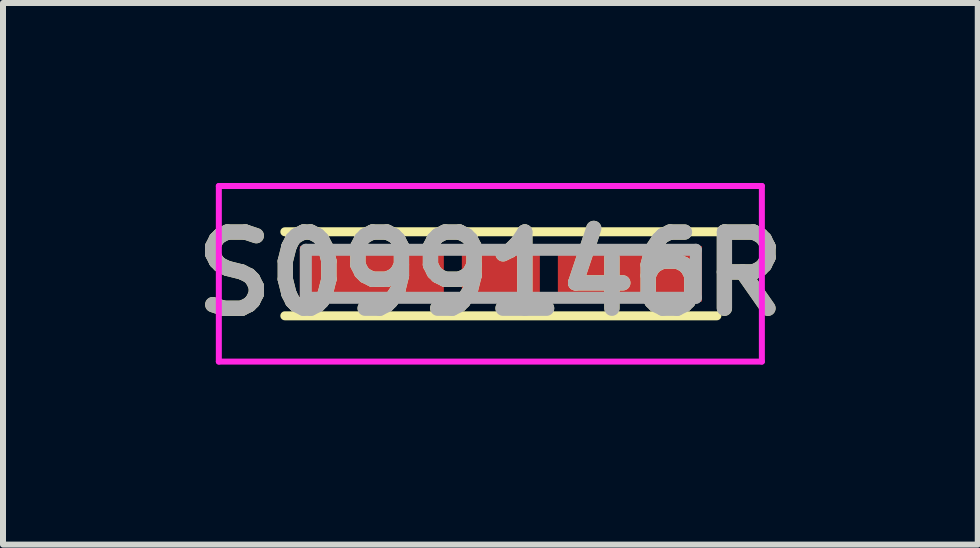
<source format=kicad_pcb>
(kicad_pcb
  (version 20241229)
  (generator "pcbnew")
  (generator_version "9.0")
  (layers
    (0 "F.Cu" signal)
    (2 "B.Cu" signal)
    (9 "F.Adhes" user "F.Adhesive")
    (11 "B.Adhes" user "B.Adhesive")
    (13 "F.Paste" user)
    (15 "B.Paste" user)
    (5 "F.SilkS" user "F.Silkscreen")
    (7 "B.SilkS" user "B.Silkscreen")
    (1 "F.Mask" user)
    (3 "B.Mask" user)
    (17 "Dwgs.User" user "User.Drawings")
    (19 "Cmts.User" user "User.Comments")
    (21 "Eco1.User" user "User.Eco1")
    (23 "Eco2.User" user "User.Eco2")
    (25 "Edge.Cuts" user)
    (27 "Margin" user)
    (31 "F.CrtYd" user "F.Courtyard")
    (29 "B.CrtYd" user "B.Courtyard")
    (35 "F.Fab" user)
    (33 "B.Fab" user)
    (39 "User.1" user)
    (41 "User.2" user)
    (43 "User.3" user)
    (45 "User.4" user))
  (footprint "S099146R"
    (layer "F.Cu")
    (at 5.297 1.513)
    (property "Reference" "S099146R" (at -0.175 0 0) (layer "F.SilkS") (effects (font (size 1.27 1.27) (thickness 0.254))))
    (attr smd)
    (fp_line (start -3.6 -0.7) (end 3.6 -0.7) (stroke (width 0.15) (type solid)) (layer "F.SilkS"))
    (fp_line (start 3.6 0.7) (end -3.6 0.7) (stroke (width 0.15) (type solid)) (layer "F.SilkS"))
    (fp_line (start -4.7 -1.463) (end 4.35 -1.463) (stroke (width 0.1) (type solid)) (layer "F.CrtYd"))
    (fp_line (start -4.7 1.463) (end -4.7 -1.463) (stroke (width 0.1) (type solid)) (layer "F.CrtYd"))
    (fp_line (start 4.35 -1.463) (end 4.35 1.463) (stroke (width 0.1) (type solid)) (layer "F.CrtYd"))
    (fp_line (start 4.35 1.463) (end -4.7 1.463) (stroke (width 0.1) (type solid)) (layer "F.CrtYd"))
    (fp_line (start -3.25 -0.4) (end 3.25 -0.4) (stroke (width 0.2) (type solid)) (layer "F.Fab"))
    (fp_line (start -3.25 0.4) (end -3.25 -0.4) (stroke (width 0.2) (type solid)) (layer "F.Fab"))
    (fp_line (start 3.25 -0.4) (end 3.25 0.4) (stroke (width 0.2) (type solid)) (layer "F.Fab"))
    (fp_line (start 3.25 0.4) (end -3.25 0.4) (stroke (width 0.2) (type solid)) (layer "F.Fab"))
    (fp_text user "${REFERENCE}" (at -0.175 0 0) (layer "F.Fab") (effects (font (size 1.27 1.27) (thickness 0.254))))
    (pad "1" smd rect (at -2.15 0 90) (size 0.925 2.4) (layers "F.Cu" "F.Mask" "F.Paste"))
    (pad "2" smd rect (at 0 0 90) (size 0.925 1.3) (layers "F.Cu" "F.Mask" "F.Paste"))
    (pad "3" smd rect (at 2.15 0 90) (size 0.925 2.4) (layers "F.Cu" "F.Mask" "F.Paste")))
  (gr_rect
    (start -3 -3)
    (end 13.245 6.026)
    (stroke (width 0.1) (type default))
    (fill no)
    (layer "Edge.Cuts")))
</source>
